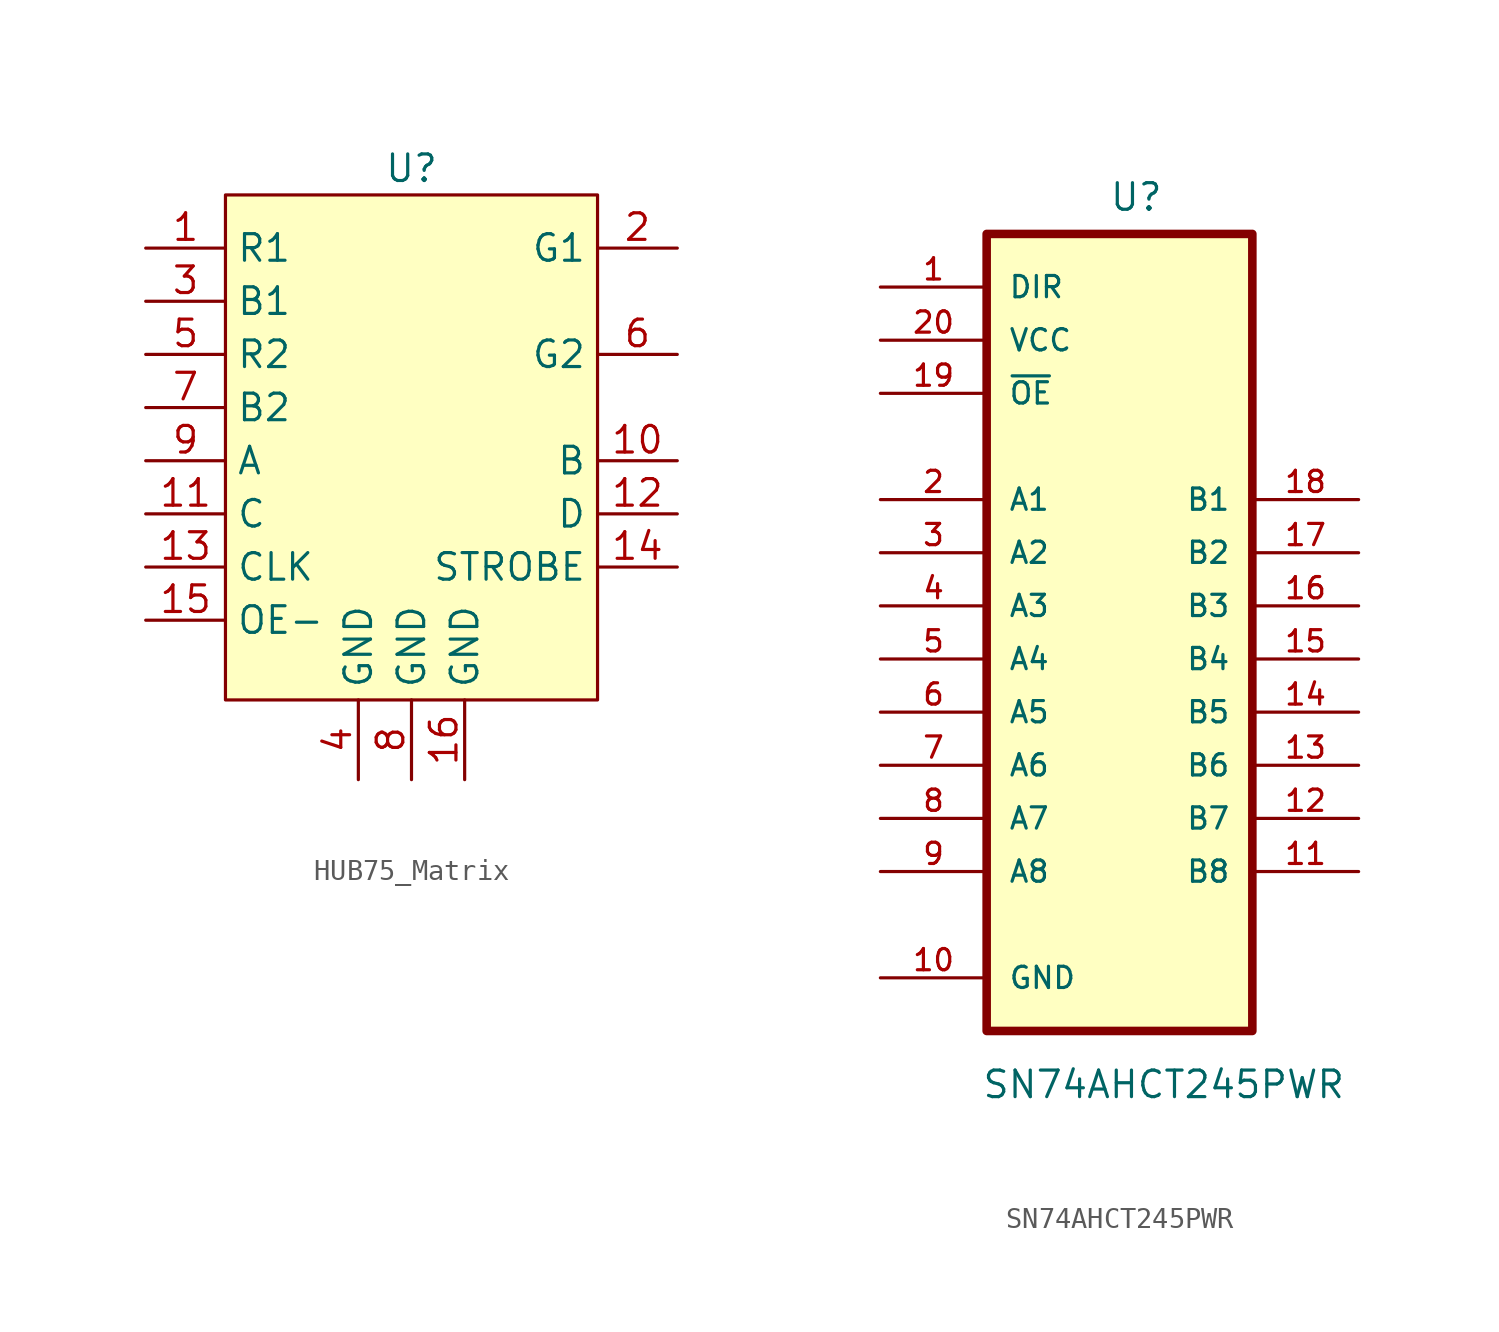
<source format=kicad_sym>
(kicad_symbol_lib
  (version 20231120)
  (generator "kicad_symbol_editor")
  (generator_version "8.0")
  (symbol "HUB75_Matrix"
    (property "Reference" "U"
      (at 0 0 0)
      (effects (font (size 1.27 1.27))))
    (property "Value" ""
      (at 0 0 0)
      (effects (font (size 1.27 1.27))))
    (symbol "HUB75_Matrix_1_1"
      (rectangle (start -8.89 -1.27) (end 8.89 -25.4) (stroke (width 0) (type default)) (fill (type background)))
      (pin input line (at -12.7 -3.81 0) (length 3.81) (name "R1" (effects (font (size 1.27 1.27)))) (number "1" (effects (font (size 1.27 1.27)))))
      (pin input line (at 12.7 -13.97 180) (length 3.81) (name "B" (effects (font (size 1.27 1.27)))) (number "10" (effects (font (size 1.27 1.27)))))
      (pin input line (at -12.7 -16.51 0) (length 3.81) (name "C" (effects (font (size 1.27 1.27)))) (number "11" (effects (font (size 1.27 1.27)))))
      (pin input line (at 12.7 -16.51 180) (length 3.81) (name "D" (effects (font (size 1.27 1.27)))) (number "12" (effects (font (size 1.27 1.27)))))
      (pin input line (at -12.7 -19.05 0) (length 3.81) (name "CLK" (effects (font (size 1.27 1.27)))) (number "13" (effects (font (size 1.27 1.27)))))
      (pin input line (at 12.7 -19.05 180) (length 3.81) (name "STROBE" (effects (font (size 1.27 1.27)))) (number "14" (effects (font (size 1.27 1.27)))))
      (pin input line (at -12.7 -21.59 0) (length 3.81) (name "OE-" (effects (font (size 1.27 1.27)))) (number "15" (effects (font (size 1.27 1.27)))))
      (pin passive line (at 2.54 -29.21 90) (length 3.81) (name "GND" (effects (font (size 1.27 1.27)))) (number "16" (effects (font (size 1.27 1.27)))))
      (pin input line (at 12.7 -3.81 180) (length 3.81) (name "G1" (effects (font (size 1.27 1.27)))) (number "2" (effects (font (size 1.27 1.27)))))
      (pin input line (at -12.7 -6.35 0) (length 3.81) (name "B1" (effects (font (size 1.27 1.27)))) (number "3" (effects (font (size 1.27 1.27)))))
      (pin passive line (at -2.54 -29.21 90) (length 3.81) (name "GND" (effects (font (size 1.27 1.27)))) (number "4" (effects (font (size 1.27 1.27)))))
      (pin input line (at -12.7 -8.89 0) (length 3.81) (name "R2" (effects (font (size 1.27 1.27)))) (number "5" (effects (font (size 1.27 1.27)))))
      (pin input line (at 12.7 -8.89 180) (length 3.81) (name "G2" (effects (font (size 1.27 1.27)))) (number "6" (effects (font (size 1.27 1.27)))))
      (pin input line (at -12.7 -11.43 0) (length 3.81) (name "B2" (effects (font (size 1.27 1.27)))) (number "7" (effects (font (size 1.27 1.27)))))
      (pin passive line (at 0 -29.21 90) (length 3.81) (name "GND" (effects (font (size 1.27 1.27)))) (number "8" (effects (font (size 1.27 1.27)))))
      (pin input line (at -12.7 -13.97 0) (length 3.81) (name "A" (effects (font (size 1.27 1.27)))) (number "9" (effects (font (size 1.27 1.27)))))))
  (symbol "SN74AHCT245PWR"
    (pin_names
      (offset 1.016))
    (property "Reference" "U"
      (at -0.508 21.336 0)
      (effects (font (size 1.27 1.27)) (justify left bottom)))
    (property "Value" "SN74AHCT245PWR"
      (at -6.604 -21.082 0)
      (effects (font (size 1.27 1.27)) (justify left bottom)))
    (symbol "SN74AHCT245PWR_0_0"
      (rectangle (start -6.35 20.32) (end 6.35 -17.78) (stroke (width 0.41) (type default)) (fill (type background)))
      (pin input line (at -11.43 17.78 0) (length 5.08) (name "DIR" (effects (font (size 1.016 1.016)))) (number "1" (effects (font (size 1.016 1.016)))))
      (pin power_in line (at -11.43 -15.24 0) (length 5.08) (name "GND" (effects (font (size 1.016 1.016)))) (number "10" (effects (font (size 1.016 1.016)))))
      (pin bidirectional line (at 11.43 -10.16 180) (length 5.08) (name "B8" (effects (font (size 1.016 1.016)))) (number "11" (effects (font (size 1.016 1.016)))))
      (pin bidirectional line (at 11.43 -7.62 180) (length 5.08) (name "B7" (effects (font (size 1.016 1.016)))) (number "12" (effects (font (size 1.016 1.016)))))
      (pin bidirectional line (at 11.43 -5.08 180) (length 5.08) (name "B6" (effects (font (size 1.016 1.016)))) (number "13" (effects (font (size 1.016 1.016)))))
      (pin bidirectional line (at 11.43 -2.54 180) (length 5.08) (name "B5" (effects (font (size 1.016 1.016)))) (number "14" (effects (font (size 1.016 1.016)))))
      (pin bidirectional line (at 11.43 0 180) (length 5.08) (name "B4" (effects (font (size 1.016 1.016)))) (number "15" (effects (font (size 1.016 1.016)))))
      (pin bidirectional line (at 11.43 2.54 180) (length 5.08) (name "B3" (effects (font (size 1.016 1.016)))) (number "16" (effects (font (size 1.016 1.016)))))
      (pin bidirectional line (at 11.43 5.08 180) (length 5.08) (name "B2" (effects (font (size 1.016 1.016)))) (number "17" (effects (font (size 1.016 1.016)))))
      (pin bidirectional line (at 11.43 7.62 180) (length 5.08) (name "B1" (effects (font (size 1.016 1.016)))) (number "18" (effects (font (size 1.016 1.016)))))
      (pin input line (at -11.43 12.7 0) (length 5.08) (name "~{OE}" (effects (font (size 1.016 1.016)))) (number "19" (effects (font (size 1.016 1.016)))))
      (pin bidirectional line (at -11.43 7.62 0) (length 5.08) (name "A1" (effects (font (size 1.016 1.016)))) (number "2" (effects (font (size 1.016 1.016)))))
      (pin power_in line (at -11.43 15.24 0) (length 5.08) (name "VCC" (effects (font (size 1.016 1.016)))) (number "20" (effects (font (size 1.016 1.016)))))
      (pin bidirectional line (at -11.43 5.08 0) (length 5.08) (name "A2" (effects (font (size 1.016 1.016)))) (number "3" (effects (font (size 1.016 1.016)))))
      (pin bidirectional line (at -11.43 2.54 0) (length 5.08) (name "A3" (effects (font (size 1.016 1.016)))) (number "4" (effects (font (size 1.016 1.016)))))
      (pin bidirectional line (at -11.43 0 0) (length 5.08) (name "A4" (effects (font (size 1.016 1.016)))) (number "5" (effects (font (size 1.016 1.016)))))
      (pin bidirectional line (at -11.43 -2.54 0) (length 5.08) (name "A5" (effects (font (size 1.016 1.016)))) (number "6" (effects (font (size 1.016 1.016)))))
      (pin bidirectional line (at -11.43 -5.08 0) (length 5.08) (name "A6" (effects (font (size 1.016 1.016)))) (number "7" (effects (font (size 1.016 1.016)))))
      (pin bidirectional line (at -11.43 -7.62 0) (length 5.08) (name "A7" (effects (font (size 1.016 1.016)))) (number "8" (effects (font (size 1.016 1.016)))))
      (pin bidirectional line (at -11.43 -10.16 0) (length 5.08) (name "A8" (effects (font (size 1.016 1.016)))) (number "9" (effects (font (size 1.016 1.016))))))))
</source>
